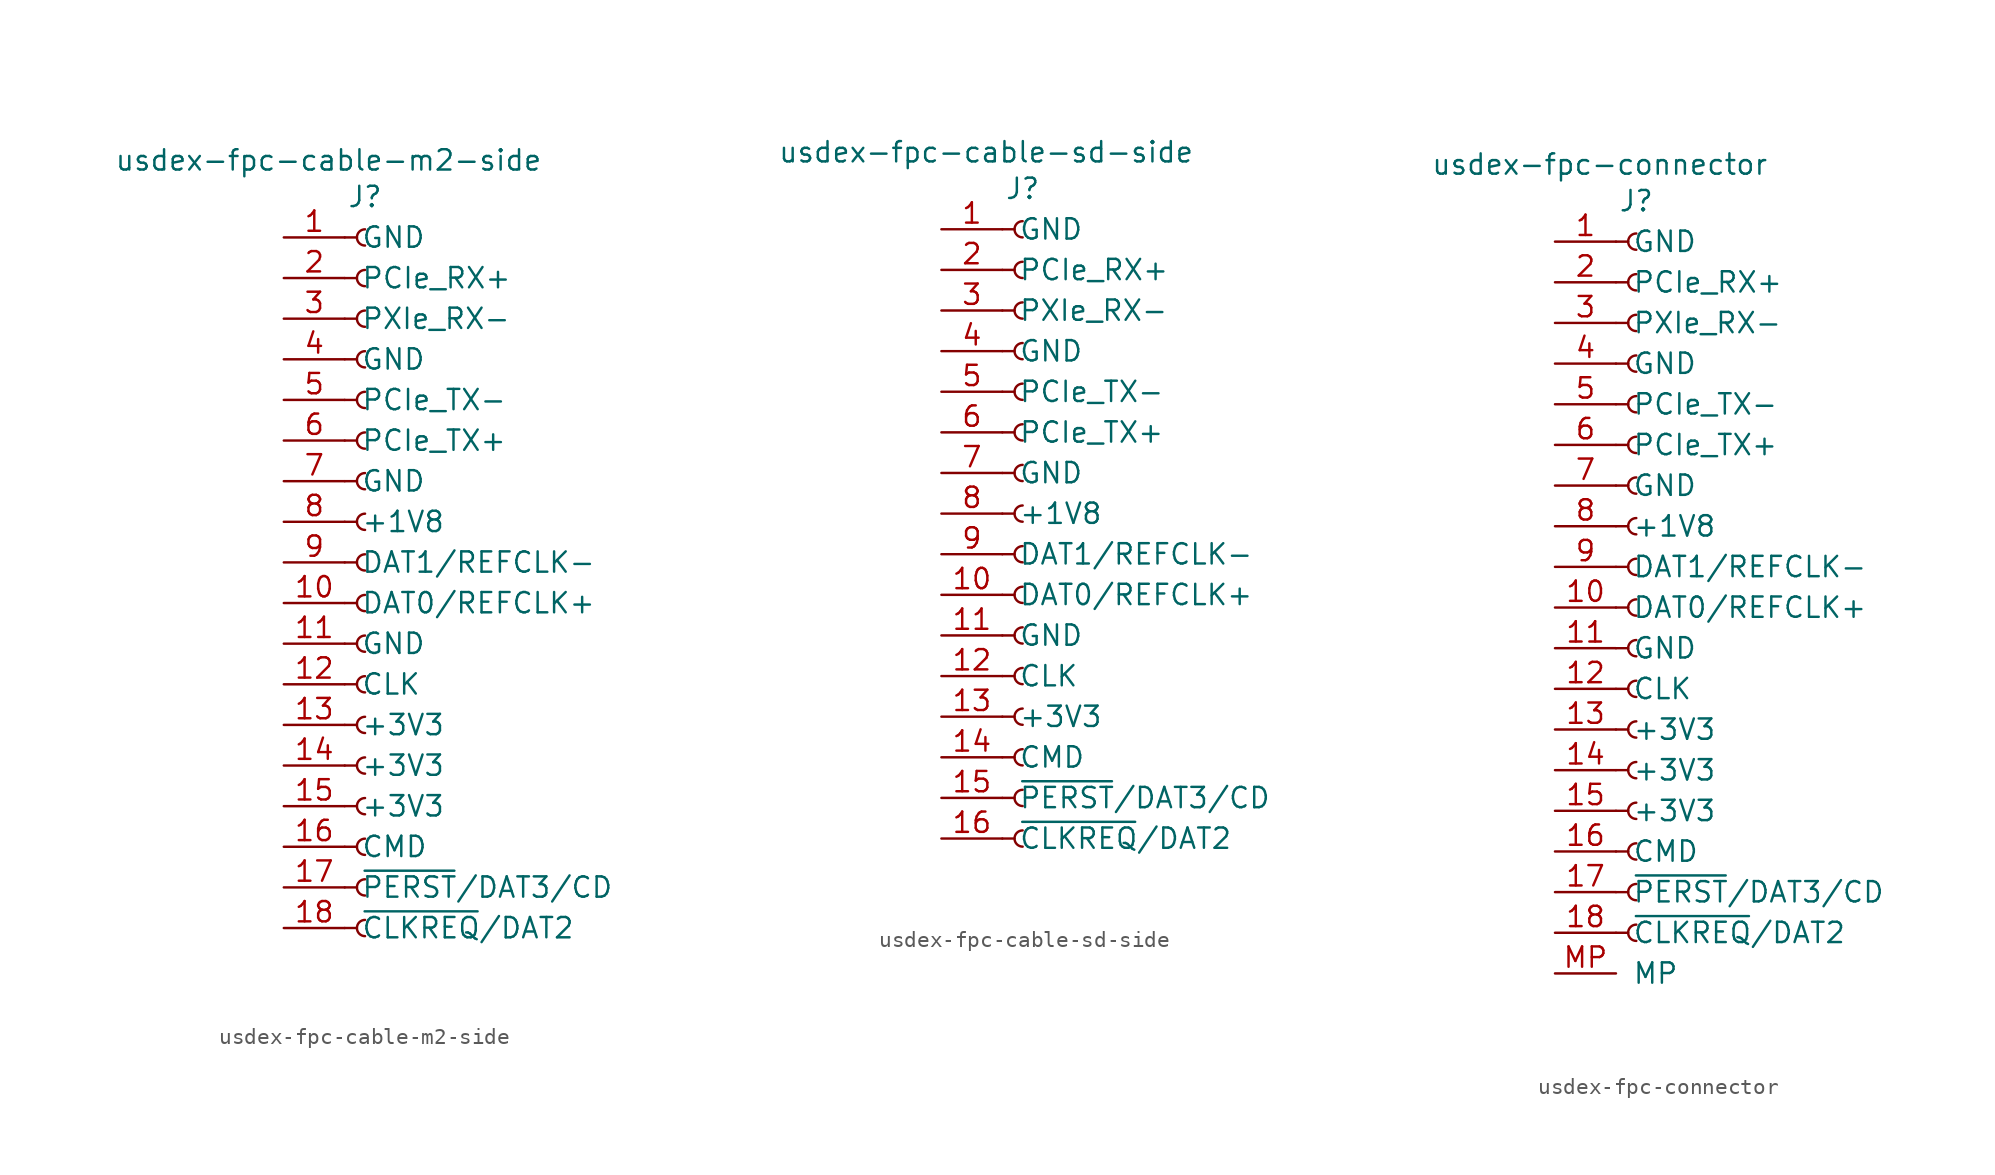
<source format=kicad_sym>
(kicad_symbol_lib
  (version 20241209)
  (generator "kicad_symbol_editor")
  (generator_version "9.0")
  (symbol "usdex-fpc-cable-m2-side"
    (pin_names
      (offset 1.016))
    (property "Reference" "J"
      (at 0 22.86 0)
      (effects (font (size 1.27 1.27))))
    (property "Value" "usdex-fpc-cable-m2-side"
      (at -2.286 25.146 0)
      (effects (font (size 1.27 1.27))))
    (symbol "usdex-fpc-cable-m2-side_1_1"
      (polyline (pts (xy -1.27 20.32) (xy -0.508 20.32)) (stroke (width 0.152) (type default)) (fill (type none)))
      (polyline (pts (xy -1.27 17.78) (xy -0.508 17.78)) (stroke (width 0.152) (type default)) (fill (type none)))
      (polyline (pts (xy -1.27 15.24) (xy -0.508 15.24)) (stroke (width 0.152) (type default)) (fill (type none)))
      (polyline (pts (xy -1.27 12.7) (xy -0.508 12.7)) (stroke (width 0.152) (type default)) (fill (type none)))
      (polyline (pts (xy -1.27 10.16) (xy -0.508 10.16)) (stroke (width 0.152) (type default)) (fill (type none)))
      (polyline (pts (xy -1.27 7.62) (xy -0.508 7.62)) (stroke (width 0.152) (type default)) (fill (type none)))
      (polyline (pts (xy -1.27 5.08) (xy -0.508 5.08)) (stroke (width 0.152) (type default)) (fill (type none)))
      (polyline (pts (xy -1.27 2.54) (xy -0.508 2.54)) (stroke (width 0.152) (type default)) (fill (type none)))
      (polyline (pts (xy -1.27 0) (xy -0.508 0)) (stroke (width 0.152) (type default)) (fill (type none)))
      (polyline (pts (xy -1.27 -2.54) (xy -0.508 -2.54)) (stroke (width 0.152) (type default)) (fill (type none)))
      (polyline (pts (xy -1.27 -5.08) (xy -0.508 -5.08)) (stroke (width 0.152) (type default)) (fill (type none)))
      (polyline (pts (xy -1.27 -7.62) (xy -0.508 -7.62)) (stroke (width 0.152) (type default)) (fill (type none)))
      (polyline (pts (xy -1.27 -10.16) (xy -0.508 -10.16)) (stroke (width 0.152) (type default)) (fill (type none)))
      (polyline (pts (xy -1.27 -12.7) (xy -0.508 -12.7)) (stroke (width 0.152) (type default)) (fill (type none)))
      (polyline (pts (xy -1.27 -15.24) (xy -0.508 -15.24)) (stroke (width 0.152) (type default)) (fill (type none)))
      (polyline (pts (xy -1.27 -17.78) (xy -0.508 -17.78)) (stroke (width 0.152) (type default)) (fill (type none)))
      (polyline (pts (xy -1.27 -20.32) (xy -0.508 -20.32)) (stroke (width 0.152) (type default)) (fill (type none)))
      (polyline (pts (xy -1.27 -22.86) (xy -0.508 -22.86)) (stroke (width 0.152) (type default)) (fill (type none)))
      (arc (start 0 19.812) (mid -0.5058 20.32) (end 0 20.828) (stroke (width 0.1524) (type default)) (fill (type none)))
      (arc (start 0 17.272) (mid -0.5058 17.78) (end 0 18.288) (stroke (width 0.1524) (type default)) (fill (type none)))
      (arc (start 0 14.732) (mid -0.5058 15.24) (end 0 15.748) (stroke (width 0.1524) (type default)) (fill (type none)))
      (arc (start 0 12.192) (mid -0.5058 12.7) (end 0 13.208) (stroke (width 0.1524) (type default)) (fill (type none)))
      (arc (start 0 9.652) (mid -0.5058 10.16) (end 0 10.668) (stroke (width 0.1524) (type default)) (fill (type none)))
      (arc (start 0 7.112) (mid -0.5058 7.62) (end 0 8.128) (stroke (width 0.1524) (type default)) (fill (type none)))
      (arc (start 0 4.572) (mid -0.5058 5.08) (end 0 5.588) (stroke (width 0.1524) (type default)) (fill (type none)))
      (arc (start 0 2.032) (mid -0.5058 2.54) (end 0 3.048) (stroke (width 0.1524) (type default)) (fill (type none)))
      (arc (start 0 -0.508) (mid -0.5058 0) (end 0 0.508) (stroke (width 0.1524) (type default)) (fill (type none)))
      (arc (start 0 -3.048) (mid -0.5058 -2.54) (end 0 -2.032) (stroke (width 0.1524) (type default)) (fill (type none)))
      (arc (start 0 -5.588) (mid -0.5058 -5.08) (end 0 -4.572) (stroke (width 0.1524) (type default)) (fill (type none)))
      (arc (start 0 -8.128) (mid -0.5058 -7.62) (end 0 -7.112) (stroke (width 0.1524) (type default)) (fill (type none)))
      (arc (start 0 -10.668) (mid -0.5058 -10.16) (end 0 -9.652) (stroke (width 0.1524) (type default)) (fill (type none)))
      (arc (start 0 -13.208) (mid -0.5058 -12.7) (end 0 -12.192) (stroke (width 0.1524) (type default)) (fill (type none)))
      (arc (start 0 -15.748) (mid -0.5058 -15.24) (end 0 -14.732) (stroke (width 0.1524) (type default)) (fill (type none)))
      (arc (start 0 -18.288) (mid -0.5058 -17.78) (end 0 -17.272) (stroke (width 0.1524) (type default)) (fill (type none)))
      (arc (start 0 -20.828) (mid -0.5058 -20.32) (end 0 -19.812) (stroke (width 0.1524) (type default)) (fill (type none)))
      (arc (start 0 -23.368) (mid -0.5058 -22.86) (end 0 -22.352) (stroke (width 0.1524) (type default)) (fill (type none)))
      (pin power_in line (at -5.08 20.32 0) (length 3.81) (name "GND" (effects (font (size 1.27 1.27)))) (number "1" (effects (font (size 1.27 1.27)))))
      (pin passive line (at -5.08 17.78 0) (length 3.81) (name "PCIe_RX+" (effects (font (size 1.27 1.27)))) (number "2" (effects (font (size 1.27 1.27)))))
      (pin passive line (at -5.08 15.24 0) (length 3.81) (name "PXIe_RX-" (effects (font (size 1.27 1.27)))) (number "3" (effects (font (size 1.27 1.27)))))
      (pin passive line (at -5.08 12.7 0) (length 3.81) (name "GND" (effects (font (size 1.27 1.27)))) (number "4" (effects (font (size 1.27 1.27)))))
      (pin passive line (at -5.08 10.16 0) (length 3.81) (name "PCIe_TX-" (effects (font (size 1.27 1.27)))) (number "5" (effects (font (size 1.27 1.27)))))
      (pin passive line (at -5.08 7.62 0) (length 3.81) (name "PCIe_TX+" (effects (font (size 1.27 1.27)))) (number "6" (effects (font (size 1.27 1.27)))))
      (pin passive line (at -5.08 5.08 0) (length 3.81) (name "GND" (effects (font (size 1.27 1.27)))) (number "7" (effects (font (size 1.27 1.27)))))
      (pin power_in line (at -5.08 2.54 0) (length 3.81) (name "+1V8" (effects (font (size 1.27 1.27)))) (number "8" (effects (font (size 1.27 1.27)))))
      (pin passive line (at -5.08 0 0) (length 3.81) (name "DAT1/REFCLK-" (effects (font (size 1.27 1.27)))) (number "9" (effects (font (size 1.27 1.27)))))
      (pin passive line (at -5.08 -2.54 0) (length 3.81) (name "DAT0/REFCLK+" (effects (font (size 1.27 1.27)))) (number "10" (effects (font (size 1.27 1.27)))))
      (pin passive line (at -5.08 -5.08 0) (length 3.81) (name "GND" (effects (font (size 1.27 1.27)))) (number "11" (effects (font (size 1.27 1.27)))))
      (pin passive line (at -5.08 -7.62 0) (length 3.81) (name "CLK" (effects (font (size 1.27 1.27)))) (number "12" (effects (font (size 1.27 1.27)))))
      (pin power_in line (at -5.08 -10.16 0) (length 3.81) (name "+3V3" (effects (font (size 1.27 1.27)))) (number "13" (effects (font (size 1.27 1.27)))))
      (pin passive line (at -5.08 -12.7 0) (length 3.81) (name "+3V3" (effects (font (size 1.27 1.27)))) (number "14" (effects (font (size 1.27 1.27)))))
      (pin passive line (at -5.08 -15.24 0) (length 3.81) (name "+3V3" (effects (font (size 1.27 1.27)))) (number "15" (effects (font (size 1.27 1.27)))))
      (pin passive line (at -5.08 -17.78 0) (length 3.81) (name "CMD" (effects (font (size 1.27 1.27)))) (number "16" (effects (font (size 1.27 1.27)))))
      (pin passive line (at -5.08 -20.32 0) (length 3.81) (name "~{PERST}/DAT3/CD" (effects (font (size 1.27 1.27)))) (number "17" (effects (font (size 1.27 1.27)))))
      (pin passive line (at -5.08 -22.86 0) (length 3.81) (name "~{CLKREQ}/DAT2" (effects (font (size 1.27 1.27)))) (number "18" (effects (font (size 1.27 1.27)))))))
  (symbol "usdex-fpc-cable-sd-side"
    (pin_names
      (offset 1.016))
    (property "Reference" "J"
      (at 0 22.86 0)
      (effects (font (size 1.27 1.27))))
    (property "Value" "usdex-fpc-cable-sd-side"
      (at -2.286 25.146 0)
      (effects (font (size 1.27 1.27))))
    (symbol "usdex-fpc-cable-sd-side_1_1"
      (polyline (pts (xy -1.27 20.32) (xy -0.508 20.32)) (stroke (width 0.152) (type default)) (fill (type none)))
      (polyline (pts (xy -1.27 17.78) (xy -0.508 17.78)) (stroke (width 0.152) (type default)) (fill (type none)))
      (polyline (pts (xy -1.27 15.24) (xy -0.508 15.24)) (stroke (width 0.152) (type default)) (fill (type none)))
      (polyline (pts (xy -1.27 12.7) (xy -0.508 12.7)) (stroke (width 0.152) (type default)) (fill (type none)))
      (polyline (pts (xy -1.27 10.16) (xy -0.508 10.16)) (stroke (width 0.152) (type default)) (fill (type none)))
      (polyline (pts (xy -1.27 7.62) (xy -0.508 7.62)) (stroke (width 0.152) (type default)) (fill (type none)))
      (polyline (pts (xy -1.27 5.08) (xy -0.508 5.08)) (stroke (width 0.152) (type default)) (fill (type none)))
      (polyline (pts (xy -1.27 2.54) (xy -0.508 2.54)) (stroke (width 0.152) (type default)) (fill (type none)))
      (polyline (pts (xy -1.27 0) (xy -0.508 0)) (stroke (width 0.152) (type default)) (fill (type none)))
      (polyline (pts (xy -1.27 -2.54) (xy -0.508 -2.54)) (stroke (width 0.152) (type default)) (fill (type none)))
      (polyline (pts (xy -1.27 -5.08) (xy -0.508 -5.08)) (stroke (width 0.152) (type default)) (fill (type none)))
      (polyline (pts (xy -1.27 -7.62) (xy -0.508 -7.62)) (stroke (width 0.152) (type default)) (fill (type none)))
      (polyline (pts (xy -1.27 -10.16) (xy -0.508 -10.16)) (stroke (width 0.152) (type default)) (fill (type none)))
      (polyline (pts (xy -1.27 -12.7) (xy -0.508 -12.7)) (stroke (width 0.152) (type default)) (fill (type none)))
      (polyline (pts (xy -1.27 -15.24) (xy -0.508 -15.24)) (stroke (width 0.152) (type default)) (fill (type none)))
      (polyline (pts (xy -1.27 -17.78) (xy -0.508 -17.78)) (stroke (width 0.152) (type default)) (fill (type none)))
      (arc (start 0 19.812) (mid -0.5058 20.32) (end 0 20.828) (stroke (width 0.1524) (type default)) (fill (type none)))
      (arc (start 0 17.272) (mid -0.5058 17.78) (end 0 18.288) (stroke (width 0.1524) (type default)) (fill (type none)))
      (arc (start 0 14.732) (mid -0.5058 15.24) (end 0 15.748) (stroke (width 0.1524) (type default)) (fill (type none)))
      (arc (start 0 12.192) (mid -0.5058 12.7) (end 0 13.208) (stroke (width 0.1524) (type default)) (fill (type none)))
      (arc (start 0 9.652) (mid -0.5058 10.16) (end 0 10.668) (stroke (width 0.1524) (type default)) (fill (type none)))
      (arc (start 0 7.112) (mid -0.5058 7.62) (end 0 8.128) (stroke (width 0.1524) (type default)) (fill (type none)))
      (arc (start 0 4.572) (mid -0.5058 5.08) (end 0 5.588) (stroke (width 0.1524) (type default)) (fill (type none)))
      (arc (start 0 2.032) (mid -0.5058 2.54) (end 0 3.048) (stroke (width 0.1524) (type default)) (fill (type none)))
      (arc (start 0 -0.508) (mid -0.5058 0) (end 0 0.508) (stroke (width 0.1524) (type default)) (fill (type none)))
      (arc (start 0 -3.048) (mid -0.5058 -2.54) (end 0 -2.032) (stroke (width 0.1524) (type default)) (fill (type none)))
      (arc (start 0 -5.588) (mid -0.5058 -5.08) (end 0 -4.572) (stroke (width 0.1524) (type default)) (fill (type none)))
      (arc (start 0 -8.128) (mid -0.5058 -7.62) (end 0 -7.112) (stroke (width 0.1524) (type default)) (fill (type none)))
      (arc (start 0 -10.668) (mid -0.5058 -10.16) (end 0 -9.652) (stroke (width 0.1524) (type default)) (fill (type none)))
      (arc (start 0 -13.208) (mid -0.5058 -12.7) (end 0 -12.192) (stroke (width 0.1524) (type default)) (fill (type none)))
      (arc (start 0 -15.748) (mid -0.5058 -15.24) (end 0 -14.732) (stroke (width 0.1524) (type default)) (fill (type none)))
      (arc (start 0 -18.288) (mid -0.5058 -17.78) (end 0 -17.272) (stroke (width 0.1524) (type default)) (fill (type none)))
      (pin power_out line (at -5.08 20.32 0) (length 3.81) (name "GND" (effects (font (size 1.27 1.27)))) (number "1" (effects (font (size 1.27 1.27)))))
      (pin passive line (at -5.08 17.78 0) (length 3.81) (name "PCIe_RX+" (effects (font (size 1.27 1.27)))) (number "2" (effects (font (size 1.27 1.27)))))
      (pin passive line (at -5.08 15.24 0) (length 3.81) (name "PXIe_RX-" (effects (font (size 1.27 1.27)))) (number "3" (effects (font (size 1.27 1.27)))))
      (pin passive line (at -5.08 12.7 0) (length 3.81) (name "GND" (effects (font (size 1.27 1.27)))) (number "4" (effects (font (size 1.27 1.27)))))
      (pin passive line (at -5.08 10.16 0) (length 3.81) (name "PCIe_TX-" (effects (font (size 1.27 1.27)))) (number "5" (effects (font (size 1.27 1.27)))))
      (pin passive line (at -5.08 7.62 0) (length 3.81) (name "PCIe_TX+" (effects (font (size 1.27 1.27)))) (number "6" (effects (font (size 1.27 1.27)))))
      (pin passive line (at -5.08 5.08 0) (length 3.81) (name "GND" (effects (font (size 1.27 1.27)))) (number "7" (effects (font (size 1.27 1.27)))))
      (pin power_out line (at -5.08 2.54 0) (length 3.81) (name "+1V8" (effects (font (size 1.27 1.27)))) (number "8" (effects (font (size 1.27 1.27)))))
      (pin passive line (at -5.08 0 0) (length 3.81) (name "DAT1/REFCLK-" (effects (font (size 1.27 1.27)))) (number "9" (effects (font (size 1.27 1.27)))))
      (pin passive line (at -5.08 -2.54 0) (length 3.81) (name "DAT0/REFCLK+" (effects (font (size 1.27 1.27)))) (number "10" (effects (font (size 1.27 1.27)))))
      (pin passive line (at -5.08 -5.08 0) (length 3.81) (name "GND" (effects (font (size 1.27 1.27)))) (number "11" (effects (font (size 1.27 1.27)))))
      (pin passive line (at -5.08 -7.62 0) (length 3.81) (name "CLK" (effects (font (size 1.27 1.27)))) (number "12" (effects (font (size 1.27 1.27)))))
      (pin power_out line (at -5.08 -10.16 0) (length 3.81) (name "+3V3" (effects (font (size 1.27 1.27)))) (number "13" (effects (font (size 1.27 1.27)))))
      (pin passive line (at -5.08 -12.7 0) (length 3.81) (name "CMD" (effects (font (size 1.27 1.27)))) (number "14" (effects (font (size 1.27 1.27)))))
      (pin passive line (at -5.08 -15.24 0) (length 3.81) (name "~{PERST}/DAT3/CD" (effects (font (size 1.27 1.27)))) (number "15" (effects (font (size 1.27 1.27)))))
      (pin passive line (at -5.08 -17.78 0) (length 3.81) (name "~{CLKREQ}/DAT2" (effects (font (size 1.27 1.27)))) (number "16" (effects (font (size 1.27 1.27)))))))
  (symbol "usdex-fpc-connector"
    (pin_names
      (offset 1.016))
    (property "Reference" "J"
      (at 0 22.86 0)
      (effects (font (size 1.27 1.27))))
    (property "Value" "usdex-fpc-connector"
      (at -2.286 25.146 0)
      (effects (font (size 1.27 1.27))))
    (symbol "usdex-fpc-connector_1_1"
      (polyline (pts (xy -1.27 20.32) (xy -0.508 20.32)) (stroke (width 0.152) (type default)) (fill (type none)))
      (polyline (pts (xy -1.27 17.78) (xy -0.508 17.78)) (stroke (width 0.152) (type default)) (fill (type none)))
      (polyline (pts (xy -1.27 15.24) (xy -0.508 15.24)) (stroke (width 0.152) (type default)) (fill (type none)))
      (polyline (pts (xy -1.27 12.7) (xy -0.508 12.7)) (stroke (width 0.152) (type default)) (fill (type none)))
      (polyline (pts (xy -1.27 10.16) (xy -0.508 10.16)) (stroke (width 0.152) (type default)) (fill (type none)))
      (polyline (pts (xy -1.27 7.62) (xy -0.508 7.62)) (stroke (width 0.152) (type default)) (fill (type none)))
      (polyline (pts (xy -1.27 5.08) (xy -0.508 5.08)) (stroke (width 0.152) (type default)) (fill (type none)))
      (polyline (pts (xy -1.27 2.54) (xy -0.508 2.54)) (stroke (width 0.152) (type default)) (fill (type none)))
      (polyline (pts (xy -1.27 0) (xy -0.508 0)) (stroke (width 0.152) (type default)) (fill (type none)))
      (polyline (pts (xy -1.27 -2.54) (xy -0.508 -2.54)) (stroke (width 0.152) (type default)) (fill (type none)))
      (polyline (pts (xy -1.27 -5.08) (xy -0.508 -5.08)) (stroke (width 0.152) (type default)) (fill (type none)))
      (polyline (pts (xy -1.27 -7.62) (xy -0.508 -7.62)) (stroke (width 0.152) (type default)) (fill (type none)))
      (polyline (pts (xy -1.27 -10.16) (xy -0.508 -10.16)) (stroke (width 0.152) (type default)) (fill (type none)))
      (polyline (pts (xy -1.27 -12.7) (xy -0.508 -12.7)) (stroke (width 0.152) (type default)) (fill (type none)))
      (polyline (pts (xy -1.27 -15.24) (xy -0.508 -15.24)) (stroke (width 0.152) (type default)) (fill (type none)))
      (polyline (pts (xy -1.27 -17.78) (xy -0.508 -17.78)) (stroke (width 0.152) (type default)) (fill (type none)))
      (polyline (pts (xy -1.27 -20.32) (xy -0.508 -20.32)) (stroke (width 0.152) (type default)) (fill (type none)))
      (polyline (pts (xy -1.27 -22.86) (xy -0.508 -22.86)) (stroke (width 0.152) (type default)) (fill (type none)))
      (arc (start 0 19.812) (mid -0.5058 20.32) (end 0 20.828) (stroke (width 0.1524) (type default)) (fill (type none)))
      (arc (start 0 17.272) (mid -0.5058 17.78) (end 0 18.288) (stroke (width 0.1524) (type default)) (fill (type none)))
      (arc (start 0 14.732) (mid -0.5058 15.24) (end 0 15.748) (stroke (width 0.1524) (type default)) (fill (type none)))
      (arc (start 0 12.192) (mid -0.5058 12.7) (end 0 13.208) (stroke (width 0.1524) (type default)) (fill (type none)))
      (arc (start 0 9.652) (mid -0.5058 10.16) (end 0 10.668) (stroke (width 0.1524) (type default)) (fill (type none)))
      (arc (start 0 7.112) (mid -0.5058 7.62) (end 0 8.128) (stroke (width 0.1524) (type default)) (fill (type none)))
      (arc (start 0 4.572) (mid -0.5058 5.08) (end 0 5.588) (stroke (width 0.1524) (type default)) (fill (type none)))
      (arc (start 0 2.032) (mid -0.5058 2.54) (end 0 3.048) (stroke (width 0.1524) (type default)) (fill (type none)))
      (arc (start 0 -0.508) (mid -0.5058 0) (end 0 0.508) (stroke (width 0.1524) (type default)) (fill (type none)))
      (arc (start 0 -3.048) (mid -0.5058 -2.54) (end 0 -2.032) (stroke (width 0.1524) (type default)) (fill (type none)))
      (arc (start 0 -5.588) (mid -0.5058 -5.08) (end 0 -4.572) (stroke (width 0.1524) (type default)) (fill (type none)))
      (arc (start 0 -8.128) (mid -0.5058 -7.62) (end 0 -7.112) (stroke (width 0.1524) (type default)) (fill (type none)))
      (arc (start 0 -10.668) (mid -0.5058 -10.16) (end 0 -9.652) (stroke (width 0.1524) (type default)) (fill (type none)))
      (arc (start 0 -13.208) (mid -0.5058 -12.7) (end 0 -12.192) (stroke (width 0.1524) (type default)) (fill (type none)))
      (arc (start 0 -15.748) (mid -0.5058 -15.24) (end 0 -14.732) (stroke (width 0.1524) (type default)) (fill (type none)))
      (arc (start 0 -18.288) (mid -0.5058 -17.78) (end 0 -17.272) (stroke (width 0.1524) (type default)) (fill (type none)))
      (arc (start 0 -20.828) (mid -0.5058 -20.32) (end 0 -19.812) (stroke (width 0.1524) (type default)) (fill (type none)))
      (arc (start 0 -23.368) (mid -0.5058 -22.86) (end 0 -22.352) (stroke (width 0.1524) (type default)) (fill (type none)))
      (pin power_out line (at -5.08 20.32 0) (length 3.81) (name "GND" (effects (font (size 1.27 1.27)))) (number "1" (effects (font (size 1.27 1.27)))))
      (pin passive line (at -5.08 17.78 0) (length 3.81) (name "PCIe_RX+" (effects (font (size 1.27 1.27)))) (number "2" (effects (font (size 1.27 1.27)))))
      (pin passive line (at -5.08 15.24 0) (length 3.81) (name "PXIe_RX-" (effects (font (size 1.27 1.27)))) (number "3" (effects (font (size 1.27 1.27)))))
      (pin passive line (at -5.08 12.7 0) (length 3.81) (name "GND" (effects (font (size 1.27 1.27)))) (number "4" (effects (font (size 1.27 1.27)))))
      (pin passive line (at -5.08 10.16 0) (length 3.81) (name "PCIe_TX-" (effects (font (size 1.27 1.27)))) (number "5" (effects (font (size 1.27 1.27)))))
      (pin passive line (at -5.08 7.62 0) (length 3.81) (name "PCIe_TX+" (effects (font (size 1.27 1.27)))) (number "6" (effects (font (size 1.27 1.27)))))
      (pin passive line (at -5.08 5.08 0) (length 3.81) (name "GND" (effects (font (size 1.27 1.27)))) (number "7" (effects (font (size 1.27 1.27)))))
      (pin power_out line (at -5.08 2.54 0) (length 3.81) (name "+1V8" (effects (font (size 1.27 1.27)))) (number "8" (effects (font (size 1.27 1.27)))))
      (pin passive line (at -5.08 0 0) (length 3.81) (name "DAT1/REFCLK-" (effects (font (size 1.27 1.27)))) (number "9" (effects (font (size 1.27 1.27)))))
      (pin passive line (at -5.08 -2.54 0) (length 3.81) (name "DAT0/REFCLK+" (effects (font (size 1.27 1.27)))) (number "10" (effects (font (size 1.27 1.27)))))
      (pin passive line (at -5.08 -5.08 0) (length 3.81) (name "GND" (effects (font (size 1.27 1.27)))) (number "11" (effects (font (size 1.27 1.27)))))
      (pin passive line (at -5.08 -7.62 0) (length 3.81) (name "CLK" (effects (font (size 1.27 1.27)))) (number "12" (effects (font (size 1.27 1.27)))))
      (pin power_out line (at -5.08 -10.16 0) (length 3.81) (name "+3V3" (effects (font (size 1.27 1.27)))) (number "13" (effects (font (size 1.27 1.27)))))
      (pin passive line (at -5.08 -12.7 0) (length 3.81) (name "+3V3" (effects (font (size 1.27 1.27)))) (number "14" (effects (font (size 1.27 1.27)))))
      (pin passive line (at -5.08 -15.24 0) (length 3.81) (name "+3V3" (effects (font (size 1.27 1.27)))) (number "15" (effects (font (size 1.27 1.27)))))
      (pin passive line (at -5.08 -17.78 0) (length 3.81) (name "CMD" (effects (font (size 1.27 1.27)))) (number "16" (effects (font (size 1.27 1.27)))))
      (pin passive line (at -5.08 -20.32 0) (length 3.81) (name "~{PERST}/DAT3/CD" (effects (font (size 1.27 1.27)))) (number "17" (effects (font (size 1.27 1.27)))))
      (pin passive line (at -5.08 -22.86 0) (length 3.81) (name "~{CLKREQ}/DAT2" (effects (font (size 1.27 1.27)))) (number "18" (effects (font (size 1.27 1.27)))))
      (pin passive line (at -5.08 -25.4 0) (length 3.81) (name "MP" (effects (font (size 1.27 1.27)))) (number "MP" (effects (font (size 1.27 1.27))))))))
</source>
